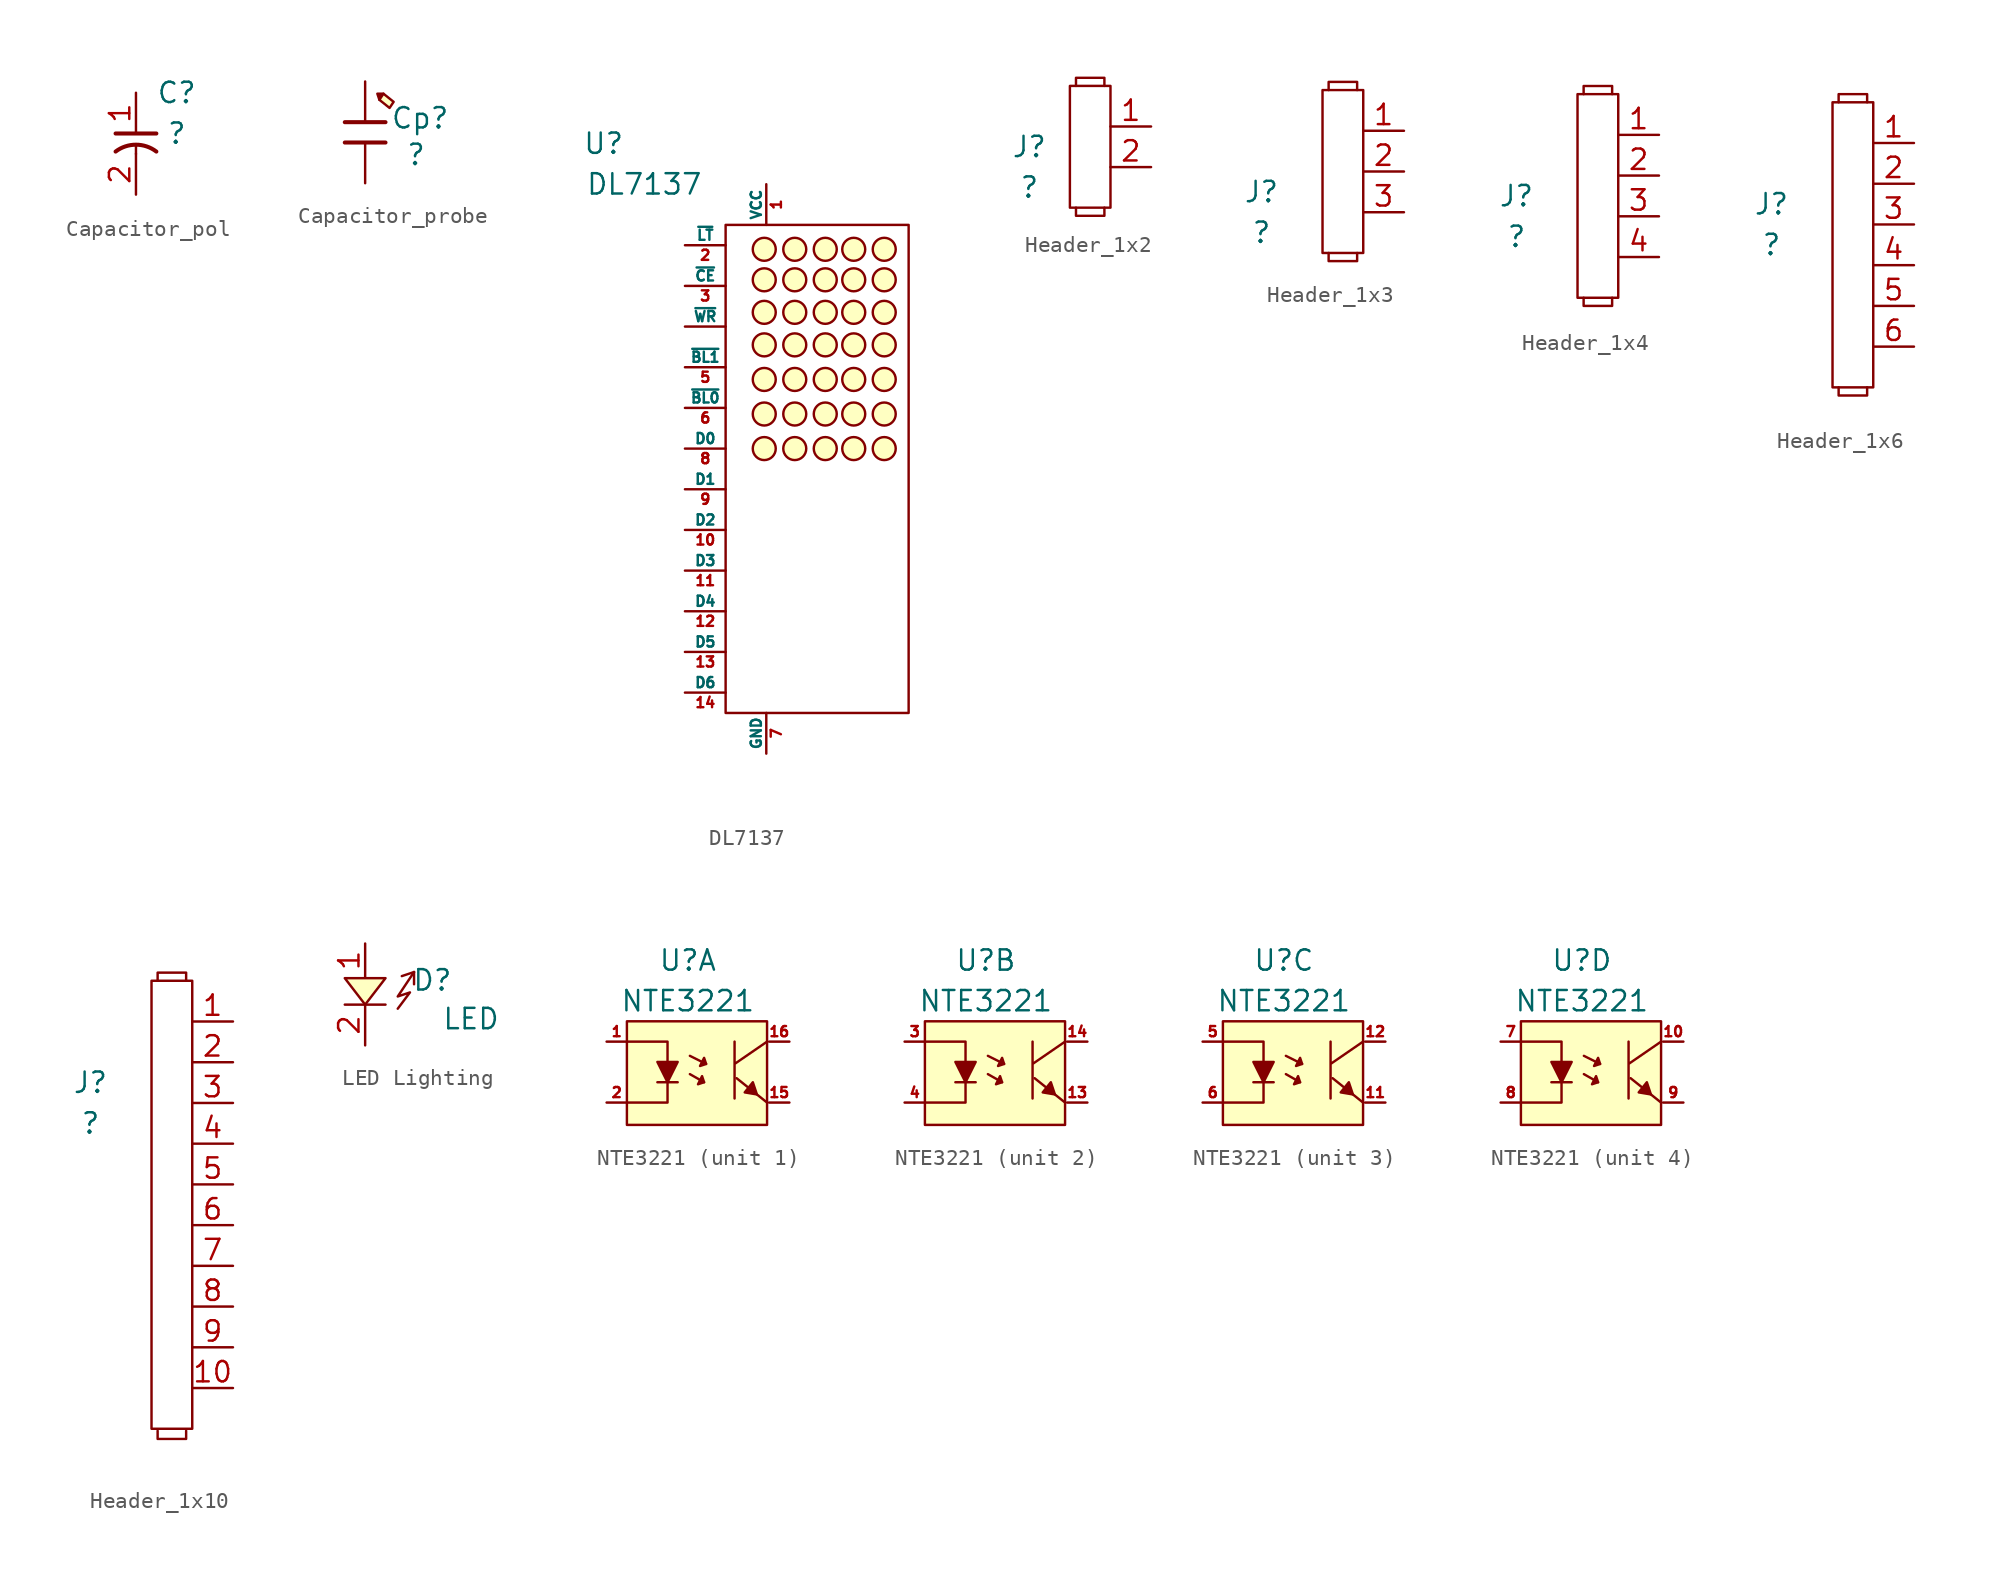
<source format=kicad_sym>
(kicad_symbol_lib
  (version 20231120)
  (generator "kicad_symbol_editor")
  (generator_version "8.0")
  (symbol "Capacitor_pol"
    (pin_names hide)
    (property "Reference" "C"
      (at 2.54 0 0)
      (effects (font (size 1.27 1.27))))
    (property "Value" "?"
      (at 2.54 -2.54 0)
      (effects (font (size 1.27 1.27))))
    (symbol "Capacitor_pol_0_1"
      (polyline (pts (xy 0 -3.302) (xy 0 -3.81)) (stroke (width 0) (type default)) (fill (type none))))
    (symbol "Capacitor_pol_1_1"
      (polyline (pts (xy -1.27 -2.54) (xy 1.27 -2.54)) (stroke (width 0.254) (type default)) (fill (type none)))
      (arc (start 1.27 -3.6657) (mid 0 -3.2373) (end -1.27 -3.6657) (stroke (width 0.254) (type default)) (fill (type none)))
      (pin passive line (at 0 0 270) (length 2.54) (name "1" (effects (font (size 1.27 1.27)))) (number "1" (effects (font (size 1.27 1.27)))))
      (pin passive line (at 0 -6.35 90) (length 2.54) (name "2" (effects (font (size 1.27 1.27)))) (number "2" (effects (font (size 1.27 1.27)))))))
  (symbol "Capacitor_probe"
    (pin_numbers hide)
    (pin_names hide)
    (property "Reference" "Cp"
      (at 3.429 -2.286 0)
      (effects (font (size 1.27 1.27))))
    (property "Value" "?"
      (at 3.175 -4.572 0)
      (effects (font (size 1.27 1.27))))
    (symbol "Capacitor_probe_1_1"
      (polyline (pts (xy -1.27 -3.81) (xy 1.27 -3.81)) (stroke (width 0.254) (type default)) (fill (type none)))
      (polyline (pts (xy -1.27 -2.54) (xy 1.27 -2.54)) (stroke (width 0.254) (type default)) (fill (type none)))
      (polyline (pts (xy 0.762 -0.762) (xy 0.889 -1.143) (xy 1.143 -0.762) (xy 0.762 -0.762)) (stroke (width 0) (type default)) (fill (type outline)))
      (polyline (pts (xy 0.889 -1.143) (xy 1.524 -1.651) (xy 1.778 -1.27) (xy 1.143 -0.762)) (stroke (width 0) (type default)) (fill (type background)))
      (pin passive line (at 0 0 270) (length 2.54) (name "1" (effects (font (size 1.27 1.27)))) (number "1" (effects (font (size 1.27 1.27)))))
      (pin passive line (at 0 -6.35 90) (length 2.54) (name "2" (effects (font (size 1.27 1.27)))) (number "2" (effects (font (size 1.27 1.27)))))))
  (symbol "DL7137"
    (pin_names
      (offset 0))
    (property "Reference" "U"
      (at -8.89 5.08 0)
      (effects (font (size 1.27 1.27))))
    (property "Value" "DL7137"
      (at -6.35 2.54 0)
      (effects (font (size 1.27 1.27))))
    (symbol "DL7137_1_1"
      (rectangle (start -1.27 0) (end 10.16 -30.48) (stroke (width 0) (type default)) (fill (type none)))
      (circle (center 1.143 -13.97) (radius 0.718) (stroke (width 0) (type default)) (fill (type background)))
      (circle (center 1.143 -11.811) (radius 0.718) (stroke (width 0) (type default)) (fill (type background)))
      (circle (center 1.143 -9.652) (radius 0.718) (stroke (width 0) (type default)) (fill (type background)))
      (circle (center 1.143 -7.493) (radius 0.718) (stroke (width 0) (type default)) (fill (type background)))
      (circle (center 1.143 -5.461) (radius 0.718) (stroke (width 0) (type default)) (fill (type background)))
      (circle (center 1.143 -3.429) (radius 0.718) (stroke (width 0) (type default)) (fill (type background)))
      (circle (center 1.143 -1.524) (radius 0.718) (stroke (width 0) (type default)) (fill (type background)))
      (circle (center 3.048 -13.97) (radius 0.718) (stroke (width 0) (type default)) (fill (type background)))
      (circle (center 3.048 -11.811) (radius 0.718) (stroke (width 0) (type default)) (fill (type background)))
      (circle (center 3.048 -9.652) (radius 0.718) (stroke (width 0) (type default)) (fill (type background)))
      (circle (center 3.048 -7.493) (radius 0.718) (stroke (width 0) (type default)) (fill (type background)))
      (circle (center 3.048 -5.461) (radius 0.718) (stroke (width 0) (type default)) (fill (type background)))
      (circle (center 3.048 -3.429) (radius 0.718) (stroke (width 0) (type default)) (fill (type background)))
      (circle (center 3.048 -1.524) (radius 0.718) (stroke (width 0) (type default)) (fill (type background)))
      (circle (center 4.953 -13.97) (radius 0.718) (stroke (width 0) (type default)) (fill (type background)))
      (circle (center 4.953 -11.811) (radius 0.718) (stroke (width 0) (type default)) (fill (type background)))
      (circle (center 4.953 -9.652) (radius 0.718) (stroke (width 0) (type default)) (fill (type background)))
      (circle (center 4.953 -7.493) (radius 0.718) (stroke (width 0) (type default)) (fill (type background)))
      (circle (center 4.953 -5.461) (radius 0.718) (stroke (width 0) (type default)) (fill (type background)))
      (circle (center 4.953 -3.429) (radius 0.718) (stroke (width 0) (type default)) (fill (type background)))
      (circle (center 4.953 -1.524) (radius 0.718) (stroke (width 0) (type default)) (fill (type background)))
      (circle (center 6.731 -13.97) (radius 0.718) (stroke (width 0) (type default)) (fill (type background)))
      (circle (center 6.731 -11.811) (radius 0.718) (stroke (width 0) (type default)) (fill (type background)))
      (circle (center 6.731 -9.652) (radius 0.718) (stroke (width 0) (type default)) (fill (type background)))
      (circle (center 6.731 -7.493) (radius 0.718) (stroke (width 0) (type default)) (fill (type background)))
      (circle (center 6.731 -5.461) (radius 0.718) (stroke (width 0) (type default)) (fill (type background)))
      (circle (center 6.731 -3.429) (radius 0.718) (stroke (width 0) (type default)) (fill (type background)))
      (circle (center 6.731 -1.524) (radius 0.718) (stroke (width 0) (type default)) (fill (type background)))
      (circle (center 8.636 -13.97) (radius 0.718) (stroke (width 0) (type default)) (fill (type background)))
      (circle (center 8.636 -11.811) (radius 0.718) (stroke (width 0) (type default)) (fill (type background)))
      (circle (center 8.636 -9.652) (radius 0.718) (stroke (width 0) (type default)) (fill (type background)))
      (circle (center 8.636 -7.493) (radius 0.718) (stroke (width 0) (type default)) (fill (type background)))
      (circle (center 8.636 -5.461) (radius 0.718) (stroke (width 0) (type default)) (fill (type background)))
      (circle (center 8.636 -3.429) (radius 0.718) (stroke (width 0) (type default)) (fill (type background)))
      (circle (center 8.636 -1.524) (radius 0.718) (stroke (width 0) (type default)) (fill (type background)))
      (pin passive line (at -3.81 -6.35 0) (length 2.54) (name "~{WR}" (effects (font (size 0.635 0.635)))) (number "" (effects (font (size 0.635 0.635)))))
      (pin power_in line (at 1.27 2.54 270) (length 2.54) (name "VCC" (effects (font (size 0.635 0.635)))) (number "1" (effects (font (size 0.635 0.635)))))
      (pin passive line (at -3.81 -19.05 0) (length 2.54) (name "D2" (effects (font (size 0.635 0.635)))) (number "10" (effects (font (size 0.635 0.635)))))
      (pin passive line (at -3.81 -21.59 0) (length 2.54) (name "D3" (effects (font (size 0.635 0.635)))) (number "11" (effects (font (size 0.635 0.635)))))
      (pin passive line (at -3.81 -24.13 0) (length 2.54) (name "D4" (effects (font (size 0.635 0.635)))) (number "12" (effects (font (size 0.635 0.635)))))
      (pin passive line (at -3.81 -26.67 0) (length 2.54) (name "D5" (effects (font (size 0.635 0.635)))) (number "13" (effects (font (size 0.635 0.635)))))
      (pin passive line (at -3.81 -29.21 0) (length 2.54) (name "D6" (effects (font (size 0.635 0.635)))) (number "14" (effects (font (size 0.635 0.635)))))
      (pin passive line (at -3.81 -1.27 0) (length 2.54) (name "~{LT}" (effects (font (size 0.635 0.635)))) (number "2" (effects (font (size 0.635 0.635)))))
      (pin passive line (at -3.81 -3.81 0) (length 2.54) (name "~{CE}" (effects (font (size 0.635 0.635)))) (number "3" (effects (font (size 0.635 0.635)))))
      (pin passive line (at -3.81 -8.89 0) (length 2.54) (name "~{BL1}" (effects (font (size 0.635 0.635)))) (number "5" (effects (font (size 0.635 0.635)))))
      (pin passive line (at -3.81 -11.43 0) (length 2.54) (name "~{BL0}" (effects (font (size 0.635 0.635)))) (number "6" (effects (font (size 0.635 0.635)))))
      (pin passive line (at 1.27 -33.02 90) (length 2.54) (name "GND" (effects (font (size 0.635 0.635)))) (number "7" (effects (font (size 0.635 0.635)))))
      (pin passive line (at -3.81 -13.97 0) (length 2.54) (name "D0" (effects (font (size 0.635 0.635)))) (number "8" (effects (font (size 0.635 0.635)))))
      (pin passive line (at -3.81 -16.51 0) (length 2.54) (name "D1" (effects (font (size 0.635 0.635)))) (number "9" (effects (font (size 0.635 0.635)))))))
  (symbol "Header_1x2"
    (pin_names hide)
    (property "Reference" "J"
      (at -7.62 -1.27 0)
      (effects (font (size 1.27 1.27))))
    (property "Value" "?"
      (at -7.62 -3.81 0)
      (effects (font (size 1.27 1.27))))
    (symbol "Header_1x2_0_1"
      (rectangle (start -5.08 2.54) (end -2.54 -5.08) (stroke (width 0) (type default)) (fill (type none)))
      (polyline (pts (xy -4.699 -5.08) (xy -4.699 -5.588) (xy -2.921 -5.588) (xy -2.921 -5.08)) (stroke (width 0) (type default)) (fill (type none)))
      (polyline (pts (xy -4.699 2.54) (xy -4.699 3.048) (xy -2.921 3.048) (xy -2.921 2.54)) (stroke (width 0) (type default)) (fill (type none))))
    (symbol "Header_1x2_1_1"
      (pin passive line (at 0 0 180) (length 2.54) (name "1" (effects (font (size 1.27 1.27)))) (number "1" (effects (font (size 1.27 1.27)))))
      (pin passive line (at 0 -2.54 180) (length 2.54) (name "2" (effects (font (size 1.27 1.27)))) (number "2" (effects (font (size 1.27 1.27)))))))
  (symbol "Header_1x3"
    (pin_names hide)
    (property "Reference" "J"
      (at -8.89 -3.81 0)
      (effects (font (size 1.27 1.27))))
    (property "Value" "?"
      (at -8.89 -6.35 0)
      (effects (font (size 1.27 1.27))))
    (symbol "Header_1x3_0_1"
      (rectangle (start -5.08 2.54) (end -2.54 -7.62) (stroke (width 0) (type default)) (fill (type none)))
      (polyline (pts (xy -4.699 -7.62) (xy -4.699 -8.128) (xy -2.921 -8.128) (xy -2.921 -7.62)) (stroke (width 0) (type default)) (fill (type none)))
      (polyline (pts (xy -4.699 2.54) (xy -4.699 3.048) (xy -2.921 3.048) (xy -2.921 2.54)) (stroke (width 0) (type default)) (fill (type none))))
    (symbol "Header_1x3_1_1"
      (pin passive line (at 0 0 180) (length 2.54) (name "1" (effects (font (size 1.27 1.27)))) (number "1" (effects (font (size 1.27 1.27)))))
      (pin passive line (at 0 -2.54 180) (length 2.54) (name "2" (effects (font (size 1.27 1.27)))) (number "2" (effects (font (size 1.27 1.27)))))
      (pin passive line (at 0 -5.08 180) (length 2.54) (name "3" (effects (font (size 1.27 1.27)))) (number "3" (effects (font (size 1.27 1.27)))))))
  (symbol "Header_1x4"
    (pin_names hide)
    (property "Reference" "J"
      (at -8.89 -3.81 0)
      (effects (font (size 1.27 1.27))))
    (property "Value" "?"
      (at -8.89 -6.35 0)
      (effects (font (size 1.27 1.27))))
    (symbol "Header_1x4_0_1"
      (rectangle (start -5.08 2.54) (end -2.54 -10.16) (stroke (width 0) (type default)) (fill (type none)))
      (polyline (pts (xy -4.699 -10.16) (xy -4.699 -10.668) (xy -2.921 -10.668) (xy -2.921 -10.16)) (stroke (width 0) (type default)) (fill (type none)))
      (polyline (pts (xy -4.699 2.54) (xy -4.699 3.048) (xy -2.921 3.048) (xy -2.921 2.54)) (stroke (width 0) (type default)) (fill (type none))))
    (symbol "Header_1x4_1_1"
      (pin passive line (at 0 0 180) (length 2.54) (name "1" (effects (font (size 1.27 1.27)))) (number "1" (effects (font (size 1.27 1.27)))))
      (pin passive line (at 0 -2.54 180) (length 2.54) (name "2" (effects (font (size 1.27 1.27)))) (number "2" (effects (font (size 1.27 1.27)))))
      (pin passive line (at 0 -5.08 180) (length 2.54) (name "3" (effects (font (size 1.27 1.27)))) (number "3" (effects (font (size 1.27 1.27)))))
      (pin passive line (at 0 -7.62 180) (length 2.54) (name "4" (effects (font (size 1.27 1.27)))) (number "4" (effects (font (size 1.27 1.27)))))))
  (symbol "Header_1x6"
    (pin_names hide)
    (property "Reference" "J"
      (at -8.89 -3.81 0)
      (effects (font (size 1.27 1.27))))
    (property "Value" "?"
      (at -8.89 -6.35 0)
      (effects (font (size 1.27 1.27))))
    (symbol "Header_1x6_0_1"
      (rectangle (start -5.08 2.54) (end -2.54 -15.24) (stroke (width 0) (type default)) (fill (type none)))
      (polyline (pts (xy -4.699 -15.24) (xy -4.699 -15.748) (xy -2.921 -15.748) (xy -2.921 -15.24)) (stroke (width 0) (type default)) (fill (type none)))
      (polyline (pts (xy -4.699 2.54) (xy -4.699 3.048) (xy -2.921 3.048) (xy -2.921 2.54)) (stroke (width 0) (type default)) (fill (type none))))
    (symbol "Header_1x6_1_1"
      (pin passive line (at 0 0 180) (length 2.54) (name "1" (effects (font (size 1.27 1.27)))) (number "1" (effects (font (size 1.27 1.27)))))
      (pin passive line (at 0 -2.54 180) (length 2.54) (name "2" (effects (font (size 1.27 1.27)))) (number "2" (effects (font (size 1.27 1.27)))))
      (pin passive line (at 0 -5.08 180) (length 2.54) (name "3" (effects (font (size 1.27 1.27)))) (number "3" (effects (font (size 1.27 1.27)))))
      (pin passive line (at 0 -7.62 180) (length 2.54) (name "4" (effects (font (size 1.27 1.27)))) (number "4" (effects (font (size 1.27 1.27)))))
      (pin passive line (at 0 -10.16 180) (length 2.54) (name "5" (effects (font (size 1.27 1.27)))) (number "5" (effects (font (size 1.27 1.27)))))
      (pin passive line (at 0 -12.7 180) (length 2.54) (name "6" (effects (font (size 1.27 1.27)))) (number "6" (effects (font (size 1.27 1.27)))))))
  (symbol "Header_1x10"
    (pin_names hide)
    (property "Reference" "J"
      (at -8.89 -3.81 0)
      (effects (font (size 1.27 1.27))))
    (property "Value" "?"
      (at -8.89 -6.35 0)
      (effects (font (size 1.27 1.27))))
    (symbol "Header_1x10_0_1"
      (rectangle (start -5.08 2.54) (end -2.54 -25.4) (stroke (width 0) (type default)) (fill (type none)))
      (polyline (pts (xy -4.699 -25.527) (xy -4.699 -26.035) (xy -2.921 -26.035) (xy -2.921 -25.527)) (stroke (width 0) (type default)) (fill (type none)))
      (polyline (pts (xy -4.699 2.54) (xy -4.699 3.048) (xy -2.921 3.048) (xy -2.921 2.54)) (stroke (width 0) (type default)) (fill (type none))))
    (symbol "Header_1x10_1_1"
      (pin passive line (at 0 0 180) (length 2.54) (name "1" (effects (font (size 1.27 1.27)))) (number "1" (effects (font (size 1.27 1.27)))))
      (pin passive line (at 0 -22.86 180) (length 2.54) (name "10" (effects (font (size 1.27 1.27)))) (number "10" (effects (font (size 1.27 1.27)))))
      (pin passive line (at 0 -2.54 180) (length 2.54) (name "2" (effects (font (size 1.27 1.27)))) (number "2" (effects (font (size 1.27 1.27)))))
      (pin passive line (at 0 -5.08 180) (length 2.54) (name "3" (effects (font (size 1.27 1.27)))) (number "3" (effects (font (size 1.27 1.27)))))
      (pin passive line (at 0 -7.62 180) (length 2.54) (name "4" (effects (font (size 1.27 1.27)))) (number "4" (effects (font (size 1.27 1.27)))))
      (pin passive line (at 0 -10.16 180) (length 2.54) (name "5" (effects (font (size 1.27 1.27)))) (number "5" (effects (font (size 1.27 1.27)))))
      (pin passive line (at 0 -12.7 180) (length 2.54) (name "6" (effects (font (size 1.27 1.27)))) (number "6" (effects (font (size 1.27 1.27)))))
      (pin passive line (at 0 -15.24 180) (length 2.54) (name "7" (effects (font (size 1.27 1.27)))) (number "7" (effects (font (size 1.27 1.27)))))
      (pin passive line (at 0 -17.78 180) (length 2.54) (name "8" (effects (font (size 1.27 1.27)))) (number "8" (effects (font (size 1.27 1.27)))))
      (pin passive line (at 0 -20.32 180) (length 2.54) (name "9" (effects (font (size 1.27 1.27)))) (number "9" (effects (font (size 1.27 1.27)))))))
  (symbol "LED Lighting"
    (pin_names hide)
    (property "Reference" "D"
      (at 4.191 -2.286 0)
      (effects (font (size 1.27 1.27))))
    (property "Value" "LED"
      (at 6.604 -4.699 0)
      (effects (font (size 1.27 1.27))))
    (symbol "LED Lighting_0_1"
      (polyline (pts (xy -1.27 -3.81) (xy 1.27 -3.81)) (stroke (width 0) (type default)) (fill (type none)))
      (polyline (pts (xy 3.048 -1.778) (xy 2.286 -2.032)) (stroke (width 0) (type default)) (fill (type none)))
      (polyline (pts (xy 3.048 -1.778) (xy 3.048 -2.54)) (stroke (width 0) (type default)) (fill (type none)))
      (polyline (pts (xy 3.048 -1.778) (xy 2.032 -3.302) (xy 2.794 -3.048) (xy 2.032 -4.064)) (stroke (width 0) (type default)) (fill (type none))))
    (symbol "LED Lighting_1_1"
      (polyline (pts (xy -1.27 -2.159) (xy 1.27 -2.159) (xy 0 -3.81) (xy -1.27 -2.159)) (stroke (width 0) (type default)) (fill (type background)))
      (pin passive line (at 0 0 270) (length 2.108) (name "1" (effects (font (size 1.27 1.27)))) (number "1" (effects (font (size 1.27 1.27)))))
      (pin passive line (at 0 -6.35 90) (length 2.54) (name "2" (effects (font (size 1.27 1.27)))) (number "2" (effects (font (size 1.27 1.27)))))))
  (symbol "NTE3221"
    (pin_names
      (offset 0) hide)
    (property "Reference" "U"
      (at 3.81 3.81 0)
      (effects (font (size 1.27 1.27))))
    (property "Value" "NTE3221"
      (at 3.81 1.27 0)
      (effects (font (size 1.27 1.27))))
    (symbol "NTE3221_0_1"
      (polyline (pts (xy 1.905 -3.81) (xy 3.175 -3.81)) (stroke (width 0) (type default)) (fill (type none)))
      (polyline (pts (xy 3.937 -3.302) (xy 4.826 -3.81)) (stroke (width 0) (type default)) (fill (type none)))
      (polyline (pts (xy 3.937 -2.159) (xy 4.953 -2.667)) (stroke (width 0) (type default)) (fill (type none)))
      (polyline (pts (xy 6.858 -3.556) (xy 8.763 -5.08)) (stroke (width 0) (type default)) (fill (type none)))
      (polyline (pts (xy 0 -1.27) (xy 2.54 -1.27) (xy 2.54 -5.08) (xy 0 -5.08)) (stroke (width 0) (type default)) (fill (type none)))
      (polyline (pts (xy 4.826 -3.81) (xy 4.699 -3.429) (xy 4.445 -3.937) (xy 4.826 -3.81)) (stroke (width 0) (type default)) (fill (type outline)))
      (polyline (pts (xy 4.953 -2.667) (xy 4.826 -2.286) (xy 4.572 -2.794) (xy 4.953 -2.667)) (stroke (width 0) (type default)) (fill (type outline)))
      (polyline (pts (xy 8.128 -4.572) (xy 7.874 -3.81) (xy 7.366 -4.445) (xy 8.128 -4.572)) (stroke (width 0) (type default)) (fill (type outline)))
      (polyline (pts (xy 8.763 -1.27) (xy 6.731 -2.667) (xy 6.731 -1.27) (xy 6.731 -4.826)) (stroke (width 0) (type default)) (fill (type none)))
      (polyline (pts (xy 1.905 -2.54) (xy 3.175 -2.54) (xy 2.54 -3.81) (xy 1.905 -2.54) (xy 1.905 -2.54)) (stroke (width 0) (type default)) (fill (type outline)))
      (rectangle (start 0 0) (end 8.763 -6.477) (stroke (width 0) (type default)) (fill (type background))))
    (symbol "NTE3221_1_1"
      (pin passive line (at -1.27 -1.27 0) (length 1.27) (name "A" (effects (font (size 1.27 1.27)))) (number "1" (effects (font (size 0.635 0.635)))))
      (pin passive line (at 10.16 -5.08 180) (length 1.27) (name "E" (effects (font (size 1.27 1.27)))) (number "15" (effects (font (size 0.635 0.635)))))
      (pin passive line (at 10.16 -1.27 180) (length 1.27) (name "C0l" (effects (font (size 1.27 1.27)))) (number "16" (effects (font (size 0.635 0.635)))))
      (pin passive line (at -1.27 -5.08 0) (length 1.27) (name "C" (effects (font (size 1.27 1.27)))) (number "2" (effects (font (size 0.635 0.635))))))
    (symbol "NTE3221_2_1"
      (pin passive line (at 10.16 -5.08 180) (length 1.27) (name "" (effects (font (size 1.27 1.27)))) (number "13" (effects (font (size 0.635 0.635)))))
      (pin passive line (at 10.16 -1.27 180) (length 1.27) (name "" (effects (font (size 1.27 1.27)))) (number "14" (effects (font (size 0.635 0.635)))))
      (pin passive line (at -1.27 -1.27 0) (length 1.27) (name "" (effects (font (size 1.27 1.27)))) (number "3" (effects (font (size 0.635 0.635)))))
      (pin passive line (at -1.27 -5.08 0) (length 1.27) (name "" (effects (font (size 1.27 1.27)))) (number "4" (effects (font (size 0.635 0.635))))))
    (symbol "NTE3221_3_1"
      (pin passive line (at 10.16 -5.08 180) (length 1.27) (name "" (effects (font (size 1.27 1.27)))) (number "11" (effects (font (size 0.635 0.635)))))
      (pin passive line (at 10.16 -1.27 180) (length 1.27) (name "" (effects (font (size 1.27 1.27)))) (number "12" (effects (font (size 0.635 0.635)))))
      (pin passive line (at -1.27 -1.27 0) (length 1.27) (name "" (effects (font (size 1.27 1.27)))) (number "5" (effects (font (size 0.635 0.635)))))
      (pin passive line (at -1.27 -5.08 0) (length 1.27) (name "" (effects (font (size 1.27 1.27)))) (number "6" (effects (font (size 0.635 0.635))))))
    (symbol "NTE3221_4_1"
      (pin passive line (at 10.16 -1.27 180) (length 1.27) (name "" (effects (font (size 1.27 1.27)))) (number "10" (effects (font (size 0.635 0.635)))))
      (pin passive line (at -1.27 -1.27 0) (length 1.27) (name "" (effects (font (size 1.27 1.27)))) (number "7" (effects (font (size 0.635 0.635)))))
      (pin passive line (at -1.27 -5.08 0) (length 1.27) (name "" (effects (font (size 1.27 1.27)))) (number "8" (effects (font (size 0.635 0.635)))))
      (pin passive line (at 10.16 -5.08 180) (length 1.27) (name "" (effects (font (size 1.27 1.27)))) (number "9" (effects (font (size 0.635 0.635))))))))
</source>
